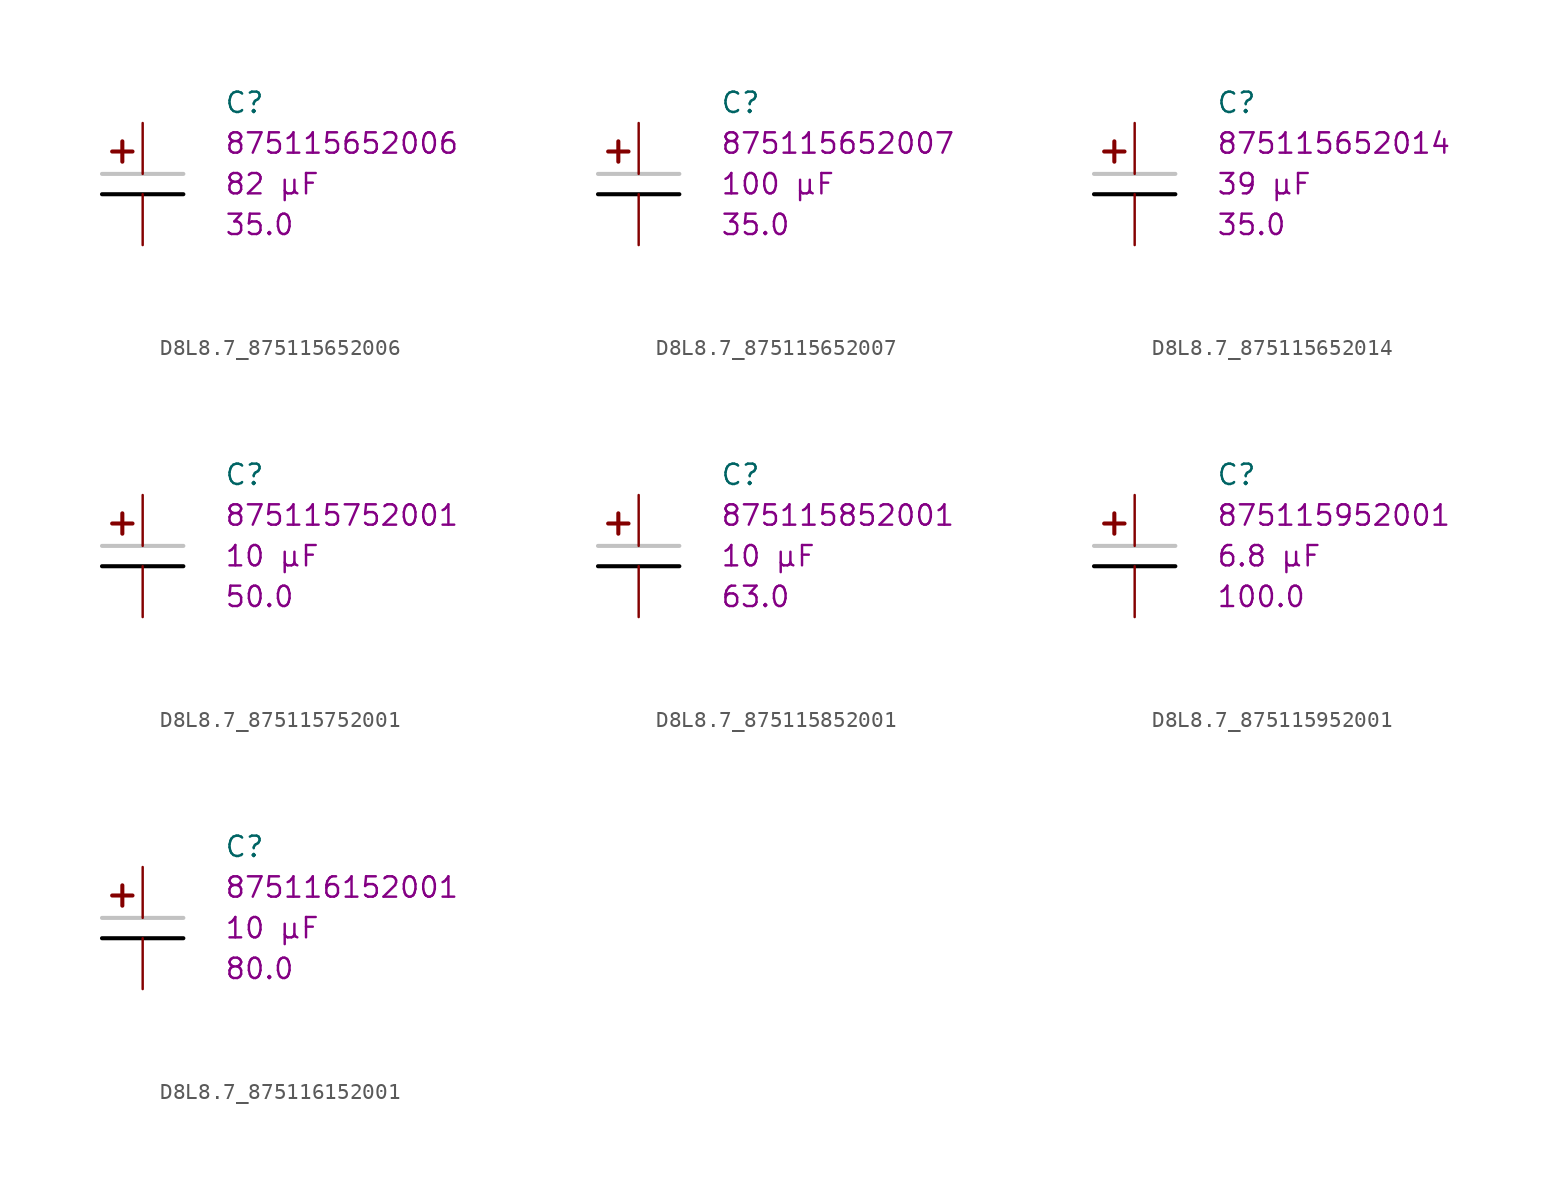
<source format=kicad_sym>
(kicad_symbol_lib
  (version 20220914)
  (generator kicad_symbol_editor)
  (symbol "D8L8.7_875115652006"
    (pin_numbers hide)
    (pin_names hide)
    (property "Reference" "C"
      (at 5.08 5.08 0)
      (effects (font (size 1.27 1.27)) (justify left)))
    (property "Part Number" "875115652006"
      (at 5.08 2.54 0)
      (effects (font (size 1.27 1.27)) (justify left)))
    (property "Capacitance" "82 µF"
      (at 5.08 0 0)
      (effects (font (size 1.27 1.27)) (justify left)))
    (property "Voltage" "35.0"
      (at 5.08 -2.54 0)
      (effects (font (size 1.27 1.27)) (justify left)))
    (property "Critical Parameter" ""
      (at 0 -7.62 0)
      (effects (font (size 1.27 1.27))))
    (symbol "D8L8.7_875115652006_1_1"
      (polyline (pts (xy -1.27 2.667) (xy -1.27 1.397)) (stroke (width 0.254) (type default)) (fill (type none)))
      (polyline (pts (xy -0.635 2.032) (xy -1.905 2.032)) (stroke (width 0.254) (type default)) (fill (type none)))
      (polyline (pts (xy 2.54 -0.635) (xy -2.54 -0.635)) (stroke (width 0.254) (type default) (color 0 0 0 1)) (fill (type none)))
      (polyline (pts (xy 2.54 0.635) (xy -2.54 0.635)) (stroke (width 0.254) (type default) (color 194 194 194 1)) (fill (type none)))
      (pin passive line (at 0 3.81 270) (length 3.175) (name "1" (effects (font (size 1.27 1.27)))) (number "1" (effects (font (size 1.27 1.27)))))
      (pin passive line (at 0 -3.81 90) (length 3.175) (name "2" (effects (font (size 1.27 1.27)))) (number "2" (effects (font (size 1.27 1.27)))))))
  (symbol "D8L8.7_875115652007"
    (pin_numbers hide)
    (pin_names hide)
    (property "Reference" "C"
      (at 5.08 5.08 0)
      (effects (font (size 1.27 1.27)) (justify left)))
    (property "Part Number" "875115652007"
      (at 5.08 2.54 0)
      (effects (font (size 1.27 1.27)) (justify left)))
    (property "Capacitance" "100 µF"
      (at 5.08 0 0)
      (effects (font (size 1.27 1.27)) (justify left)))
    (property "Voltage" "35.0"
      (at 5.08 -2.54 0)
      (effects (font (size 1.27 1.27)) (justify left)))
    (property "Critical Parameter" ""
      (at 0 -7.62 0)
      (effects (font (size 1.27 1.27))))
    (symbol "D8L8.7_875115652007_1_1"
      (polyline (pts (xy -1.27 2.667) (xy -1.27 1.397)) (stroke (width 0.254) (type default)) (fill (type none)))
      (polyline (pts (xy -0.635 2.032) (xy -1.905 2.032)) (stroke (width 0.254) (type default)) (fill (type none)))
      (polyline (pts (xy 2.54 -0.635) (xy -2.54 -0.635)) (stroke (width 0.254) (type default) (color 0 0 0 1)) (fill (type none)))
      (polyline (pts (xy 2.54 0.635) (xy -2.54 0.635)) (stroke (width 0.254) (type default) (color 194 194 194 1)) (fill (type none)))
      (pin passive line (at 0 3.81 270) (length 3.175) (name "1" (effects (font (size 1.27 1.27)))) (number "1" (effects (font (size 1.27 1.27)))))
      (pin passive line (at 0 -3.81 90) (length 3.175) (name "2" (effects (font (size 1.27 1.27)))) (number "2" (effects (font (size 1.27 1.27)))))))
  (symbol "D8L8.7_875115652014"
    (pin_numbers hide)
    (pin_names hide)
    (property "Reference" "C"
      (at 5.08 5.08 0)
      (effects (font (size 1.27 1.27)) (justify left)))
    (property "Part Number" "875115652014"
      (at 5.08 2.54 0)
      (effects (font (size 1.27 1.27)) (justify left)))
    (property "Capacitance" "39 µF"
      (at 5.08 0 0)
      (effects (font (size 1.27 1.27)) (justify left)))
    (property "Voltage" "35.0"
      (at 5.08 -2.54 0)
      (effects (font (size 1.27 1.27)) (justify left)))
    (property "Critical Parameter" ""
      (at 0 -7.62 0)
      (effects (font (size 1.27 1.27))))
    (symbol "D8L8.7_875115652014_1_1"
      (polyline (pts (xy -1.27 2.667) (xy -1.27 1.397)) (stroke (width 0.254) (type default)) (fill (type none)))
      (polyline (pts (xy -0.635 2.032) (xy -1.905 2.032)) (stroke (width 0.254) (type default)) (fill (type none)))
      (polyline (pts (xy 2.54 -0.635) (xy -2.54 -0.635)) (stroke (width 0.254) (type default) (color 0 0 0 1)) (fill (type none)))
      (polyline (pts (xy 2.54 0.635) (xy -2.54 0.635)) (stroke (width 0.254) (type default) (color 194 194 194 1)) (fill (type none)))
      (pin passive line (at 0 3.81 270) (length 3.175) (name "1" (effects (font (size 1.27 1.27)))) (number "1" (effects (font (size 1.27 1.27)))))
      (pin passive line (at 0 -3.81 90) (length 3.175) (name "2" (effects (font (size 1.27 1.27)))) (number "2" (effects (font (size 1.27 1.27)))))))
  (symbol "D8L8.7_875115752001"
    (pin_numbers hide)
    (pin_names hide)
    (property "Reference" "C"
      (at 5.08 5.08 0)
      (effects (font (size 1.27 1.27)) (justify left)))
    (property "Part Number" "875115752001"
      (at 5.08 2.54 0)
      (effects (font (size 1.27 1.27)) (justify left)))
    (property "Capacitance" "10 µF"
      (at 5.08 0 0)
      (effects (font (size 1.27 1.27)) (justify left)))
    (property "Voltage" "50.0"
      (at 5.08 -2.54 0)
      (effects (font (size 1.27 1.27)) (justify left)))
    (property "Critical Parameter" ""
      (at 0 -7.62 0)
      (effects (font (size 1.27 1.27))))
    (symbol "D8L8.7_875115752001_1_1"
      (polyline (pts (xy -1.27 2.667) (xy -1.27 1.397)) (stroke (width 0.254) (type default)) (fill (type none)))
      (polyline (pts (xy -0.635 2.032) (xy -1.905 2.032)) (stroke (width 0.254) (type default)) (fill (type none)))
      (polyline (pts (xy 2.54 -0.635) (xy -2.54 -0.635)) (stroke (width 0.254) (type default) (color 0 0 0 1)) (fill (type none)))
      (polyline (pts (xy 2.54 0.635) (xy -2.54 0.635)) (stroke (width 0.254) (type default) (color 194 194 194 1)) (fill (type none)))
      (pin passive line (at 0 3.81 270) (length 3.175) (name "1" (effects (font (size 1.27 1.27)))) (number "1" (effects (font (size 1.27 1.27)))))
      (pin passive line (at 0 -3.81 90) (length 3.175) (name "2" (effects (font (size 1.27 1.27)))) (number "2" (effects (font (size 1.27 1.27)))))))
  (symbol "D8L8.7_875115852001"
    (pin_numbers hide)
    (pin_names hide)
    (property "Reference" "C"
      (at 5.08 5.08 0)
      (effects (font (size 1.27 1.27)) (justify left)))
    (property "Part Number" "875115852001"
      (at 5.08 2.54 0)
      (effects (font (size 1.27 1.27)) (justify left)))
    (property "Capacitance" "10 µF"
      (at 5.08 0 0)
      (effects (font (size 1.27 1.27)) (justify left)))
    (property "Voltage" "63.0"
      (at 5.08 -2.54 0)
      (effects (font (size 1.27 1.27)) (justify left)))
    (property "Critical Parameter" ""
      (at 0 -7.62 0)
      (effects (font (size 1.27 1.27))))
    (symbol "D8L8.7_875115852001_1_1"
      (polyline (pts (xy -1.27 2.667) (xy -1.27 1.397)) (stroke (width 0.254) (type default)) (fill (type none)))
      (polyline (pts (xy -0.635 2.032) (xy -1.905 2.032)) (stroke (width 0.254) (type default)) (fill (type none)))
      (polyline (pts (xy 2.54 -0.635) (xy -2.54 -0.635)) (stroke (width 0.254) (type default) (color 0 0 0 1)) (fill (type none)))
      (polyline (pts (xy 2.54 0.635) (xy -2.54 0.635)) (stroke (width 0.254) (type default) (color 194 194 194 1)) (fill (type none)))
      (pin passive line (at 0 3.81 270) (length 3.175) (name "1" (effects (font (size 1.27 1.27)))) (number "1" (effects (font (size 1.27 1.27)))))
      (pin passive line (at 0 -3.81 90) (length 3.175) (name "2" (effects (font (size 1.27 1.27)))) (number "2" (effects (font (size 1.27 1.27)))))))
  (symbol "D8L8.7_875115952001"
    (pin_numbers hide)
    (pin_names hide)
    (property "Reference" "C"
      (at 5.08 5.08 0)
      (effects (font (size 1.27 1.27)) (justify left)))
    (property "Part Number" "875115952001"
      (at 5.08 2.54 0)
      (effects (font (size 1.27 1.27)) (justify left)))
    (property "Capacitance" "6.8 µF"
      (at 5.08 0 0)
      (effects (font (size 1.27 1.27)) (justify left)))
    (property "Voltage" "100.0"
      (at 5.08 -2.54 0)
      (effects (font (size 1.27 1.27)) (justify left)))
    (property "Critical Parameter" ""
      (at 0 -7.62 0)
      (effects (font (size 1.27 1.27))))
    (symbol "D8L8.7_875115952001_1_1"
      (polyline (pts (xy -1.27 2.667) (xy -1.27 1.397)) (stroke (width 0.254) (type default)) (fill (type none)))
      (polyline (pts (xy -0.635 2.032) (xy -1.905 2.032)) (stroke (width 0.254) (type default)) (fill (type none)))
      (polyline (pts (xy 2.54 -0.635) (xy -2.54 -0.635)) (stroke (width 0.254) (type default) (color 0 0 0 1)) (fill (type none)))
      (polyline (pts (xy 2.54 0.635) (xy -2.54 0.635)) (stroke (width 0.254) (type default) (color 194 194 194 1)) (fill (type none)))
      (pin passive line (at 0 3.81 270) (length 3.175) (name "1" (effects (font (size 1.27 1.27)))) (number "1" (effects (font (size 1.27 1.27)))))
      (pin passive line (at 0 -3.81 90) (length 3.175) (name "2" (effects (font (size 1.27 1.27)))) (number "2" (effects (font (size 1.27 1.27)))))))
  (symbol "D8L8.7_875116152001"
    (pin_numbers hide)
    (pin_names hide)
    (property "Reference" "C"
      (at 5.08 5.08 0)
      (effects (font (size 1.27 1.27)) (justify left)))
    (property "Part Number" "875116152001"
      (at 5.08 2.54 0)
      (effects (font (size 1.27 1.27)) (justify left)))
    (property "Capacitance" "10 µF"
      (at 5.08 0 0)
      (effects (font (size 1.27 1.27)) (justify left)))
    (property "Voltage" "80.0"
      (at 5.08 -2.54 0)
      (effects (font (size 1.27 1.27)) (justify left)))
    (property "Critical Parameter" ""
      (at 0 -7.62 0)
      (effects (font (size 1.27 1.27))))
    (symbol "D8L8.7_875116152001_1_1"
      (polyline (pts (xy -1.27 2.667) (xy -1.27 1.397)) (stroke (width 0.254) (type default)) (fill (type none)))
      (polyline (pts (xy -0.635 2.032) (xy -1.905 2.032)) (stroke (width 0.254) (type default)) (fill (type none)))
      (polyline (pts (xy 2.54 -0.635) (xy -2.54 -0.635)) (stroke (width 0.254) (type default) (color 0 0 0 1)) (fill (type none)))
      (polyline (pts (xy 2.54 0.635) (xy -2.54 0.635)) (stroke (width 0.254) (type default) (color 194 194 194 1)) (fill (type none)))
      (pin passive line (at 0 3.81 270) (length 3.175) (name "1" (effects (font (size 1.27 1.27)))) (number "1" (effects (font (size 1.27 1.27)))))
      (pin passive line (at 0 -3.81 90) (length 3.175) (name "2" (effects (font (size 1.27 1.27)))) (number "2" (effects (font (size 1.27 1.27))))))))
</source>
